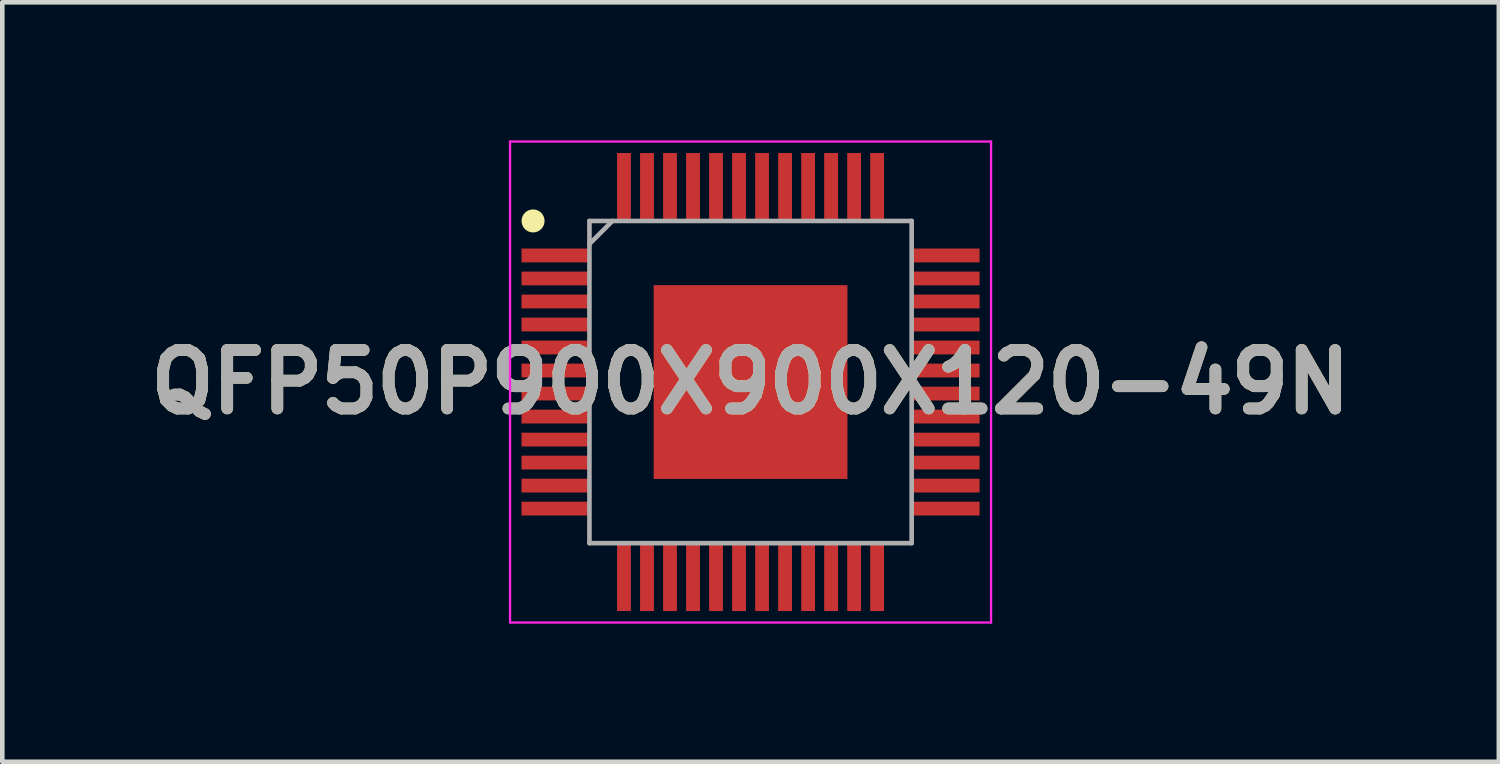
<source format=kicad_pcb>
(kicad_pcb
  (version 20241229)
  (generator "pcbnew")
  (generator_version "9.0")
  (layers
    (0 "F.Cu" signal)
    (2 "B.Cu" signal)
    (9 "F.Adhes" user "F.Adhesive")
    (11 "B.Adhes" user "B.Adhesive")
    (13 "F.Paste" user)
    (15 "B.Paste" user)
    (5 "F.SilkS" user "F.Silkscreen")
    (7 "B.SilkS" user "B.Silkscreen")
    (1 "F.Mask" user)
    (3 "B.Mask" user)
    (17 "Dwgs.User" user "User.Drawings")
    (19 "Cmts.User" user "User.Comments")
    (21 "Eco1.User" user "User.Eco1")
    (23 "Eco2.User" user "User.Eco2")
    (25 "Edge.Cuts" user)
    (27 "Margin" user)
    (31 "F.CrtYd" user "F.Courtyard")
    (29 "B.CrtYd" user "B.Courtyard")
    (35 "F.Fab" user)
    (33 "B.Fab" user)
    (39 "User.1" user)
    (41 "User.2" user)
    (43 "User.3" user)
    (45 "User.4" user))
  (footprint "QFP50P900X900X120-49N"
    (layer "F.Cu")
    (at 13.256 5.25)
    (property "Reference" "QFP50P900X900X120-49N" (at 0 0 0) (layer "F.SilkS") (effects (font (size 1.27 1.27) (thickness 0.254))))
    (attr smd)
    (fp_circle (center -4.725 -3.5) (end -4.725 -3.375) (stroke (width 0.25) (type solid)) (fill no) (layer "F.SilkS"))
    (fp_line (start -5.225 -5.225) (end 5.225 -5.225) (stroke (width 0.05) (type solid)) (layer "F.CrtYd"))
    (fp_line (start -5.225 5.225) (end -5.225 -5.225) (stroke (width 0.05) (type solid)) (layer "F.CrtYd"))
    (fp_line (start 5.225 -5.225) (end 5.225 5.225) (stroke (width 0.05) (type solid)) (layer "F.CrtYd"))
    (fp_line (start 5.225 5.225) (end -5.225 5.225) (stroke (width 0.05) (type solid)) (layer "F.CrtYd"))
    (fp_line (start -3.5 -3.5) (end 3.5 -3.5) (stroke (width 0.1) (type solid)) (layer "F.Fab"))
    (fp_line (start -3.5 -3) (end -3 -3.5) (stroke (width 0.1) (type solid)) (layer "F.Fab"))
    (fp_line (start -3.5 3.5) (end -3.5 -3.5) (stroke (width 0.1) (type solid)) (layer "F.Fab"))
    (fp_line (start 3.5 -3.5) (end 3.5 3.5) (stroke (width 0.1) (type solid)) (layer "F.Fab"))
    (fp_line (start 3.5 3.5) (end -3.5 3.5) (stroke (width 0.1) (type solid)) (layer "F.Fab"))
    (fp_text user "${REFERENCE}" (at 0 0 0) (layer "F.Fab") (effects (font (size 1.27 1.27) (thickness 0.254))))
    (pad "1" smd rect (at -4.238 -2.75 90) (size 0.3 1.475) (layers "F.Cu" "F.Mask" "F.Paste"))
    (pad "2" smd rect (at -4.238 -2.25 90) (size 0.3 1.475) (layers "F.Cu" "F.Mask" "F.Paste"))
    (pad "3" smd rect (at -4.238 -1.75 90) (size 0.3 1.475) (layers "F.Cu" "F.Mask" "F.Paste"))
    (pad "4" smd rect (at -4.238 -1.25 90) (size 0.3 1.475) (layers "F.Cu" "F.Mask" "F.Paste"))
    (pad "5" smd rect (at -4.238 -0.75 90) (size 0.3 1.475) (layers "F.Cu" "F.Mask" "F.Paste"))
    (pad "6" smd rect (at -4.238 -0.25 90) (size 0.3 1.475) (layers "F.Cu" "F.Mask" "F.Paste"))
    (pad "7" smd rect (at -4.238 0.25 90) (size 0.3 1.475) (layers "F.Cu" "F.Mask" "F.Paste"))
    (pad "8" smd rect (at -4.238 0.75 90) (size 0.3 1.475) (layers "F.Cu" "F.Mask" "F.Paste"))
    (pad "9" smd rect (at -4.238 1.25 90) (size 0.3 1.475) (layers "F.Cu" "F.Mask" "F.Paste"))
    (pad "10" smd rect (at -4.238 1.75 90) (size 0.3 1.475) (layers "F.Cu" "F.Mask" "F.Paste"))
    (pad "11" smd rect (at -4.238 2.25 90) (size 0.3 1.475) (layers "F.Cu" "F.Mask" "F.Paste"))
    (pad "12" smd rect (at -4.238 2.75 90) (size 0.3 1.475) (layers "F.Cu" "F.Mask" "F.Paste"))
    (pad "13" smd rect (at -2.75 4.238) (size 0.3 1.475) (layers "F.Cu" "F.Mask" "F.Paste"))
    (pad "14" smd rect (at -2.25 4.238) (size 0.3 1.475) (layers "F.Cu" "F.Mask" "F.Paste"))
    (pad "15" smd rect (at -1.75 4.238) (size 0.3 1.475) (layers "F.Cu" "F.Mask" "F.Paste"))
    (pad "16" smd rect (at -1.25 4.238) (size 0.3 1.475) (layers "F.Cu" "F.Mask" "F.Paste"))
    (pad "17" smd rect (at -0.75 4.238) (size 0.3 1.475) (layers "F.Cu" "F.Mask" "F.Paste"))
    (pad "18" smd rect (at -0.25 4.238) (size 0.3 1.475) (layers "F.Cu" "F.Mask" "F.Paste"))
    (pad "19" smd rect (at 0.25 4.238) (size 0.3 1.475) (layers "F.Cu" "F.Mask" "F.Paste"))
    (pad "20" smd rect (at 0.75 4.238) (size 0.3 1.475) (layers "F.Cu" "F.Mask" "F.Paste"))
    (pad "21" smd rect (at 1.25 4.238) (size 0.3 1.475) (layers "F.Cu" "F.Mask" "F.Paste"))
    (pad "22" smd rect (at 1.75 4.238) (size 0.3 1.475) (layers "F.Cu" "F.Mask" "F.Paste"))
    (pad "23" smd rect (at 2.25 4.238) (size 0.3 1.475) (layers "F.Cu" "F.Mask" "F.Paste"))
    (pad "24" smd rect (at 2.75 4.238) (size 0.3 1.475) (layers "F.Cu" "F.Mask" "F.Paste"))
    (pad "25" smd rect (at 4.238 2.75 90) (size 0.3 1.475) (layers "F.Cu" "F.Mask" "F.Paste"))
    (pad "26" smd rect (at 4.238 2.25 90) (size 0.3 1.475) (layers "F.Cu" "F.Mask" "F.Paste"))
    (pad "27" smd rect (at 4.238 1.75 90) (size 0.3 1.475) (layers "F.Cu" "F.Mask" "F.Paste"))
    (pad "28" smd rect (at 4.238 1.25 90) (size 0.3 1.475) (layers "F.Cu" "F.Mask" "F.Paste"))
    (pad "29" smd rect (at 4.238 0.75 90) (size 0.3 1.475) (layers "F.Cu" "F.Mask" "F.Paste"))
    (pad "30" smd rect (at 4.238 0.25 90) (size 0.3 1.475) (layers "F.Cu" "F.Mask" "F.Paste"))
    (pad "31" smd rect (at 4.238 -0.25 90) (size 0.3 1.475) (layers "F.Cu" "F.Mask" "F.Paste"))
    (pad "32" smd rect (at 4.238 -0.75 90) (size 0.3 1.475) (layers "F.Cu" "F.Mask" "F.Paste"))
    (pad "33" smd rect (at 4.238 -1.25 90) (size 0.3 1.475) (layers "F.Cu" "F.Mask" "F.Paste"))
    (pad "34" smd rect (at 4.238 -1.75 90) (size 0.3 1.475) (layers "F.Cu" "F.Mask" "F.Paste"))
    (pad "35" smd rect (at 4.238 -2.25 90) (size 0.3 1.475) (layers "F.Cu" "F.Mask" "F.Paste"))
    (pad "36" smd rect (at 4.238 -2.75 90) (size 0.3 1.475) (layers "F.Cu" "F.Mask" "F.Paste"))
    (pad "37" smd rect (at 2.75 -4.238) (size 0.3 1.475) (layers "F.Cu" "F.Mask" "F.Paste"))
    (pad "38" smd rect (at 2.25 -4.238) (size 0.3 1.475) (layers "F.Cu" "F.Mask" "F.Paste"))
    (pad "39" smd rect (at 1.75 -4.238) (size 0.3 1.475) (layers "F.Cu" "F.Mask" "F.Paste"))
    (pad "40" smd rect (at 1.25 -4.238) (size 0.3 1.475) (layers "F.Cu" "F.Mask" "F.Paste"))
    (pad "41" smd rect (at 0.75 -4.238) (size 0.3 1.475) (layers "F.Cu" "F.Mask" "F.Paste"))
    (pad "42" smd rect (at 0.25 -4.238) (size 0.3 1.475) (layers "F.Cu" "F.Mask" "F.Paste"))
    (pad "43" smd rect (at -0.25 -4.238) (size 0.3 1.475) (layers "F.Cu" "F.Mask" "F.Paste"))
    (pad "44" smd rect (at -0.75 -4.238) (size 0.3 1.475) (layers "F.Cu" "F.Mask" "F.Paste"))
    (pad "45" smd rect (at -1.25 -4.238) (size 0.3 1.475) (layers "F.Cu" "F.Mask" "F.Paste"))
    (pad "46" smd rect (at -1.75 -4.238) (size 0.3 1.475) (layers "F.Cu" "F.Mask" "F.Paste"))
    (pad "47" smd rect (at -2.25 -4.238) (size 0.3 1.475) (layers "F.Cu" "F.Mask" "F.Paste"))
    (pad "48" smd rect (at -2.75 -4.238) (size 0.3 1.475) (layers "F.Cu" "F.Mask" "F.Paste"))
    (pad "49" smd rect (at 0 0) (size 4.21 4.21) (layers "F.Cu" "F.Mask" "F.Paste")))
  (gr_rect
    (start -3 -3)
    (end 29.513 13.5)
    (stroke (width 0.1) (type default))
    (fill no)
    (layer "Edge.Cuts")))
</source>
